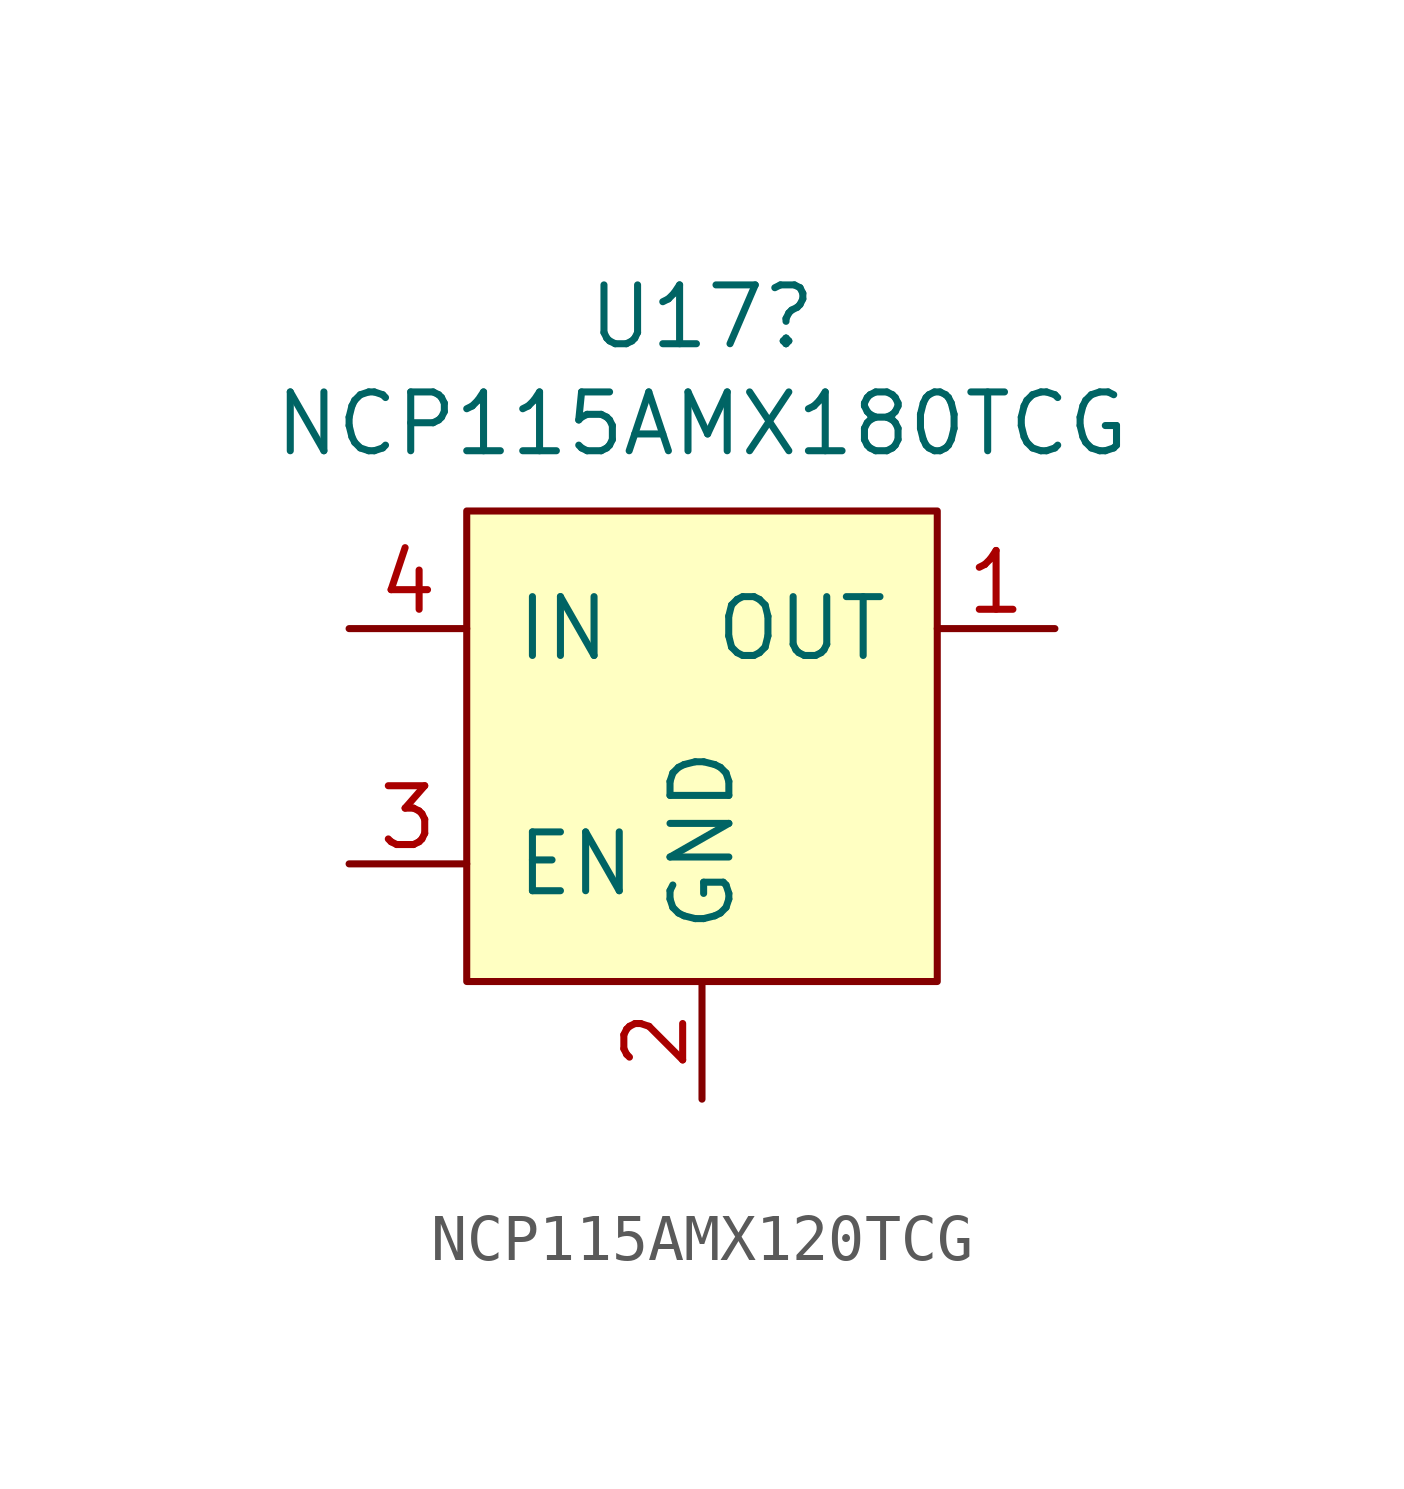
<source format=kicad_sym>
(kicad_symbol_lib
  (version 20220914)
  (generator kicad_symbol_editor)
  (symbol "NCP115AMX120TCG"
    (pin_names
      (offset 1.016))
    (property "Reference" "U17"
      (at 0 9.271 0)
      (effects (font (size 1.27 1.27))))
    (property "Value" "NCP115AMX180TCG"
      (at 0 6.96 0)
      (effects (font (size 1.27 1.27))))
    (symbol "NCP115AMX120TCG_0_0"
      (pin power_out line (at 7.62 2.54 180) (length 2.54) (name "OUT" (effects (font (size 1.27 1.27)))) (number "1" (effects (font (size 1.27 1.27)))))
      (pin power_in line (at 0 -7.62 90) (length 2.54) (name "GND" (effects (font (size 1.27 1.27)))) (number "2" (effects (font (size 1.27 1.27)))))
      (pin input line (at -7.62 -2.54 0) (length 2.54) (name "EN" (effects (font (size 1.27 1.27)))) (number "3" (effects (font (size 1.27 1.27)))))
      (pin power_in line (at -7.62 2.54 0) (length 2.54) (name "IN" (effects (font (size 1.27 1.27)))) (number "4" (effects (font (size 1.27 1.27))))))
    (symbol "NCP115AMX120TCG_0_1"
      (rectangle (start -5.08 5.08) (end 5.08 -5.08) (stroke (width 0) (type default)) (fill (type background))))))
</source>
